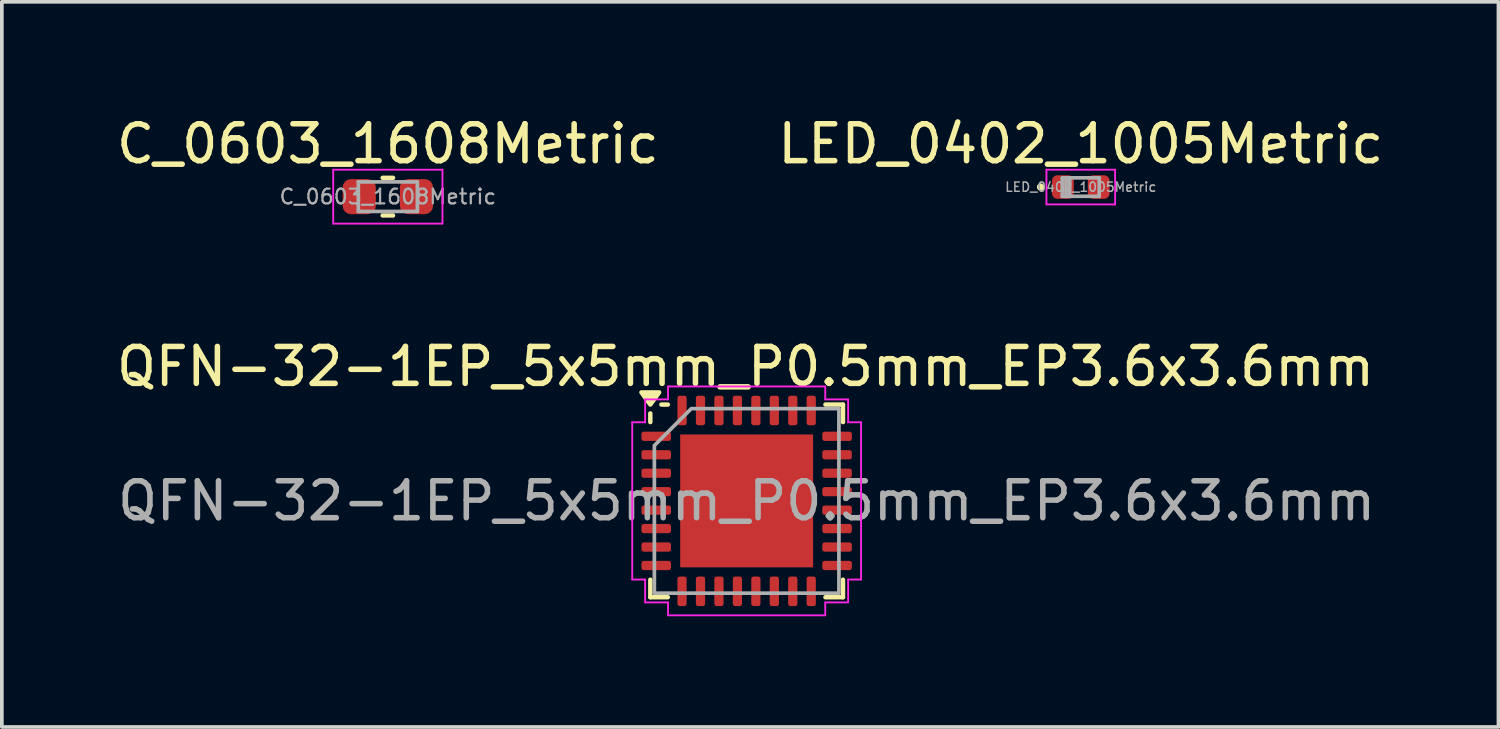
<source format=kicad_pcb>
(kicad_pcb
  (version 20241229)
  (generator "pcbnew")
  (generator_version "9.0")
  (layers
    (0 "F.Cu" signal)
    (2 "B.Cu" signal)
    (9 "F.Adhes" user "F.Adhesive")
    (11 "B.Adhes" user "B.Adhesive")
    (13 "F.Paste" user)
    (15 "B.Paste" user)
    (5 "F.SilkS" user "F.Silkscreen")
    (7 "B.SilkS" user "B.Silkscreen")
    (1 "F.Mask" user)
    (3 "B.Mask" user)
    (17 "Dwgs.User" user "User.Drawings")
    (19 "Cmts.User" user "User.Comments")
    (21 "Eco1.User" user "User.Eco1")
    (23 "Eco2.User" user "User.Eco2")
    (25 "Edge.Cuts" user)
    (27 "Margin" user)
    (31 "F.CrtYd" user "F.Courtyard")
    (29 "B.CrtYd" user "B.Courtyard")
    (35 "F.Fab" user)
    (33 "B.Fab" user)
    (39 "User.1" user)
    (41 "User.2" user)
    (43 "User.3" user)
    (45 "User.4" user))
  (footprint "QFN-32-1EP_5x5mm_P0.5mm_EP3.6x3.6mm"
    (layer "F.Cu")
    (at 17.179 10.521)
    (property "Reference" "QFN-32-1EP_5x5mm_P0.5mm_EP3.6x3.6mm" (at -0.03 -3.64 180) (layer "F.SilkS") (effects (font (size 1 1) (thickness 0.15))))
    (attr smd)
    (fp_line (start -2.61 -2.135) (end -2.61 -2.37) (stroke (width 0.12) (type solid)) (layer "F.SilkS"))
    (fp_line (start -2.61 2.61) (end -2.61 2.135) (stroke (width 0.12) (type solid)) (layer "F.SilkS"))
    (fp_line (start -2.135 -2.61) (end -2.31 -2.61) (stroke (width 0.12) (type solid)) (layer "F.SilkS"))
    (fp_line (start -2.135 2.61) (end -2.61 2.61) (stroke (width 0.12) (type solid)) (layer "F.SilkS"))
    (fp_line (start 2.135 -2.61) (end 2.61 -2.61) (stroke (width 0.12) (type solid)) (layer "F.SilkS"))
    (fp_line (start 2.135 2.61) (end 2.61 2.61) (stroke (width 0.12) (type solid)) (layer "F.SilkS"))
    (fp_line (start 2.61 -2.61) (end 2.61 -2.135) (stroke (width 0.12) (type solid)) (layer "F.SilkS"))
    (fp_line (start 2.61 2.61) (end 2.61 2.135) (stroke (width 0.12) (type solid)) (layer "F.SilkS"))
    (fp_poly (pts (xy -2.61 -2.61) (xy -2.85 -2.94) (xy -2.37 -2.94)) (stroke (width 0.12) (type solid)) (fill yes) (layer "F.SilkS"))
    (fp_line (start -3.1 -2.13) (end -2.75 -2.13) (stroke (width 0.05) (type solid)) (layer "F.CrtYd"))
    (fp_line (start -3.1 2.13) (end -3.1 -2.13) (stroke (width 0.05) (type solid)) (layer "F.CrtYd"))
    (fp_line (start -2.75 -2.75) (end -2.13 -2.75) (stroke (width 0.05) (type solid)) (layer "F.CrtYd"))
    (fp_line (start -2.75 -2.13) (end -2.75 -2.75) (stroke (width 0.05) (type solid)) (layer "F.CrtYd"))
    (fp_line (start -2.75 2.13) (end -3.1 2.13) (stroke (width 0.05) (type solid)) (layer "F.CrtYd"))
    (fp_line (start -2.75 2.75) (end -2.75 2.13) (stroke (width 0.05) (type solid)) (layer "F.CrtYd"))
    (fp_line (start -2.13 -3.1) (end 2.13 -3.1) (stroke (width 0.05) (type solid)) (layer "F.CrtYd"))
    (fp_line (start -2.13 -2.75) (end -2.13 -3.1) (stroke (width 0.05) (type solid)) (layer "F.CrtYd"))
    (fp_line (start -2.13 2.75) (end -2.75 2.75) (stroke (width 0.05) (type solid)) (layer "F.CrtYd"))
    (fp_line (start -2.13 3.1) (end -2.13 2.75) (stroke (width 0.05) (type solid)) (layer "F.CrtYd"))
    (fp_line (start 2.13 -3.1) (end 2.13 -2.75) (stroke (width 0.05) (type solid)) (layer "F.CrtYd"))
    (fp_line (start 2.13 -2.75) (end 2.75 -2.75) (stroke (width 0.05) (type solid)) (layer "F.CrtYd"))
    (fp_line (start 2.13 2.75) (end 2.13 3.1) (stroke (width 0.05) (type solid)) (layer "F.CrtYd"))
    (fp_line (start 2.13 3.1) (end -2.13 3.1) (stroke (width 0.05) (type solid)) (layer "F.CrtYd"))
    (fp_line (start 2.75 -2.75) (end 2.75 -2.13) (stroke (width 0.05) (type solid)) (layer "F.CrtYd"))
    (fp_line (start 2.75 -2.13) (end 3.1 -2.13) (stroke (width 0.05) (type solid)) (layer "F.CrtYd"))
    (fp_line (start 2.75 2.13) (end 2.75 2.75) (stroke (width 0.05) (type solid)) (layer "F.CrtYd"))
    (fp_line (start 2.75 2.75) (end 2.13 2.75) (stroke (width 0.05) (type solid)) (layer "F.CrtYd"))
    (fp_line (start 3.1 -2.13) (end 3.1 2.13) (stroke (width 0.05) (type solid)) (layer "F.CrtYd"))
    (fp_line (start 3.1 2.13) (end 2.75 2.13) (stroke (width 0.05) (type solid)) (layer "F.CrtYd"))
    (fp_poly (pts (xy -2.5 -1.5) (xy -2.5 2.5) (xy 2.5 2.5) (xy 2.5 -2.5) (xy -1.5 -2.5)) (stroke (width 0.1) (type solid)) (fill no) (layer "F.Fab"))
    (fp_text user "${REFERENCE}" (at 0 0 180) (layer "F.Fab") (effects (font (size 1 1) (thickness 0.15))))
    (pad "" smd roundrect (at -1.2 -1.2) (size 0.97 0.97) (layers "F.Paste") (roundrect_rratio 0.25))
    (pad "" smd roundrect (at -1.2 0) (size 0.97 0.97) (layers "F.Paste") (roundrect_rratio 0.25))
    (pad "" smd roundrect (at -1.2 1.2) (size 0.97 0.97) (layers "F.Paste") (roundrect_rratio 0.25))
    (pad "" smd roundrect (at 0 -1.2) (size 0.97 0.97) (layers "F.Paste") (roundrect_rratio 0.25))
    (pad "" smd roundrect (at 0 0) (size 0.97 0.97) (layers "F.Paste") (roundrect_rratio 0.25))
    (pad "" smd roundrect (at 0 1.2) (size 0.97 0.97) (layers "F.Paste") (roundrect_rratio 0.25))
    (pad "" smd roundrect (at 1.2 -1.2) (size 0.97 0.97) (layers "F.Paste") (roundrect_rratio 0.25))
    (pad "" smd roundrect (at 1.2 0) (size 0.97 0.97) (layers "F.Paste") (roundrect_rratio 0.25))
    (pad "" smd roundrect (at 1.2 1.2) (size 0.97 0.97) (layers "F.Paste") (roundrect_rratio 0.25))
    (pad "1" smd roundrect (at -2.45 -1.75) (size 0.8 0.25) (layers "F.Cu" "F.Mask" "F.Paste") (roundrect_rratio 0.25))
    (pad "2" smd roundrect (at -2.45 -1.25) (size 0.8 0.25) (layers "F.Cu" "F.Mask" "F.Paste") (roundrect_rratio 0.25))
    (pad "3" smd roundrect (at -2.45 -0.75) (size 0.8 0.25) (layers "F.Cu" "F.Mask" "F.Paste") (roundrect_rratio 0.25))
    (pad "4" smd roundrect (at -2.45 -0.25) (size 0.8 0.25) (layers "F.Cu" "F.Mask" "F.Paste") (roundrect_rratio 0.25))
    (pad "5" smd roundrect (at -2.45 0.25) (size 0.8 0.25) (layers "F.Cu" "F.Mask" "F.Paste") (roundrect_rratio 0.25))
    (pad "6" smd roundrect (at -2.45 0.75) (size 0.8 0.25) (layers "F.Cu" "F.Mask" "F.Paste") (roundrect_rratio 0.25))
    (pad "7" smd roundrect (at -2.45 1.25) (size 0.8 0.25) (layers "F.Cu" "F.Mask" "F.Paste") (roundrect_rratio 0.25))
    (pad "8" smd roundrect (at -2.45 1.75) (size 0.8 0.25) (layers "F.Cu" "F.Mask" "F.Paste") (roundrect_rratio 0.25))
    (pad "9" smd roundrect (at -1.75 2.45) (size 0.25 0.8) (layers "F.Cu" "F.Mask" "F.Paste") (roundrect_rratio 0.25))
    (pad "10" smd roundrect (at -1.25 2.45) (size 0.25 0.8) (layers "F.Cu" "F.Mask" "F.Paste") (roundrect_rratio 0.25))
    (pad "11" smd roundrect (at -0.75 2.45) (size 0.25 0.8) (layers "F.Cu" "F.Mask" "F.Paste") (roundrect_rratio 0.25))
    (pad "12" smd roundrect (at -0.25 2.45) (size 0.25 0.8) (layers "F.Cu" "F.Mask" "F.Paste") (roundrect_rratio 0.25))
    (pad "13" smd roundrect (at 0.25 2.45) (size 0.25 0.8) (layers "F.Cu" "F.Mask" "F.Paste") (roundrect_rratio 0.25))
    (pad "14" smd roundrect (at 0.75 2.45) (size 0.25 0.8) (layers "F.Cu" "F.Mask" "F.Paste") (roundrect_rratio 0.25))
    (pad "15" smd roundrect (at 1.25 2.45) (size 0.25 0.8) (layers "F.Cu" "F.Mask" "F.Paste") (roundrect_rratio 0.25))
    (pad "16" smd roundrect (at 1.75 2.45) (size 0.25 0.8) (layers "F.Cu" "F.Mask" "F.Paste") (roundrect_rratio 0.25))
    (pad "17" smd roundrect (at 2.45 1.75) (size 0.8 0.25) (layers "F.Cu" "F.Mask" "F.Paste") (roundrect_rratio 0.25))
    (pad "18" smd roundrect (at 2.45 1.25) (size 0.8 0.25) (layers "F.Cu" "F.Mask" "F.Paste") (roundrect_rratio 0.25))
    (pad "19" smd roundrect (at 2.45 0.75) (size 0.8 0.25) (layers "F.Cu" "F.Mask" "F.Paste") (roundrect_rratio 0.25))
    (pad "20" smd roundrect (at 2.45 0.25) (size 0.8 0.25) (layers "F.Cu" "F.Mask" "F.Paste") (roundrect_rratio 0.25))
    (pad "21" smd roundrect (at 2.45 -0.25) (size 0.8 0.25) (layers "F.Cu" "F.Mask" "F.Paste") (roundrect_rratio 0.25))
    (pad "22" smd roundrect (at 2.45 -0.75) (size 0.8 0.25) (layers "F.Cu" "F.Mask" "F.Paste") (roundrect_rratio 0.25))
    (pad "23" smd roundrect (at 2.45 -1.25) (size 0.8 0.25) (layers "F.Cu" "F.Mask" "F.Paste") (roundrect_rratio 0.25))
    (pad "24" smd roundrect (at 2.45 -1.75) (size 0.8 0.25) (layers "F.Cu" "F.Mask" "F.Paste") (roundrect_rratio 0.25))
    (pad "25" smd roundrect (at 1.75 -2.45) (size 0.25 0.8) (layers "F.Cu" "F.Mask" "F.Paste") (roundrect_rratio 0.25))
    (pad "26" smd roundrect (at 1.25 -2.45) (size 0.25 0.8) (layers "F.Cu" "F.Mask" "F.Paste") (roundrect_rratio 0.25))
    (pad "27" smd roundrect (at 0.75 -2.45) (size 0.25 0.8) (layers "F.Cu" "F.Mask" "F.Paste") (roundrect_rratio 0.25))
    (pad "28" smd roundrect (at 0.25 -2.45) (size 0.25 0.8) (layers "F.Cu" "F.Mask" "F.Paste") (roundrect_rratio 0.25))
    (pad "29" smd roundrect (at -0.25 -2.45) (size 0.25 0.8) (layers "F.Cu" "F.Mask" "F.Paste") (roundrect_rratio 0.25))
    (pad "30" smd roundrect (at -0.75 -2.45) (size 0.25 0.8) (layers "F.Cu" "F.Mask" "F.Paste") (roundrect_rratio 0.25))
    (pad "31" smd roundrect (at -1.25 -2.45) (size 0.25 0.8) (layers "F.Cu" "F.Mask" "F.Paste") (roundrect_rratio 0.25))
    (pad "32" smd roundrect (at -1.75 -2.45) (size 0.25 0.8) (layers "F.Cu" "F.Mask" "F.Paste") (roundrect_rratio 0.25))
    (pad "33" smd rect (at 0 0) (size 3.6 3.6) (property pad_prop_heatsink) (layers "F.Cu" "F.Mask")))
  (footprint "C_0603_1608Metric"
    (layer "F.Cu")
    (at 7.458 2.278)
    (property "Reference" "C_0603_1608Metric" (at 0 -1.43 0) (layer "F.SilkS") (effects (font (size 1 1) (thickness 0.15))))
    (attr smd)
    (fp_line (start -0.141 -0.51) (end 0.141 -0.51) (stroke (width 0.12) (type solid)) (layer "F.SilkS"))
    (fp_line (start -0.141 0.51) (end 0.141 0.51) (stroke (width 0.12) (type solid)) (layer "F.SilkS"))
    (fp_line (start -1.48 -0.73) (end 1.48 -0.73) (stroke (width 0.05) (type solid)) (layer "F.CrtYd"))
    (fp_line (start -1.48 0.73) (end -1.48 -0.73) (stroke (width 0.05) (type solid)) (layer "F.CrtYd"))
    (fp_line (start 1.48 -0.73) (end 1.48 0.73) (stroke (width 0.05) (type solid)) (layer "F.CrtYd"))
    (fp_line (start 1.48 0.73) (end -1.48 0.73) (stroke (width 0.05) (type solid)) (layer "F.CrtYd"))
    (fp_line (start -0.8 -0.4) (end 0.8 -0.4) (stroke (width 0.1) (type solid)) (layer "F.Fab"))
    (fp_line (start -0.8 0.4) (end -0.8 -0.4) (stroke (width 0.1) (type solid)) (layer "F.Fab"))
    (fp_line (start 0.8 -0.4) (end 0.8 0.4) (stroke (width 0.1) (type solid)) (layer "F.Fab"))
    (fp_line (start 0.8 0.4) (end -0.8 0.4) (stroke (width 0.1) (type solid)) (layer "F.Fab"))
    (fp_text user "${REFERENCE}" (at 0 0 0) (layer "F.Fab") (effects (font (size 0.4 0.4) (thickness 0.06))))
    (pad "1" smd roundrect (at -0.775 0) (size 0.9 0.95) (layers "F.Cu" "F.Mask" "F.Paste") (roundrect_rratio 0.25))
    (pad "2" smd roundrect (at 0.775 0) (size 0.9 0.95) (layers "F.Cu" "F.Mask" "F.Paste") (roundrect_rratio 0.25)))
  (footprint "LED_0402_1005Metric"
    (layer "F.Cu")
    (at 26.232 2.018)
    (property "Reference" "LED_0402_1005Metric" (at 0 -1.17 180) (layer "F.SilkS") (effects (font (size 1 1) (thickness 0.15))))
    (attr smd)
    (fp_circle (center -1.09 0) (end -1.04 0) (stroke (width 0.1) (type solid)) (fill no) (layer "F.SilkS"))
    (fp_line (start -0.93 -0.47) (end 0.93 -0.47) (stroke (width 0.05) (type solid)) (layer "F.CrtYd"))
    (fp_line (start -0.93 0.47) (end -0.93 -0.47) (stroke (width 0.05) (type solid)) (layer "F.CrtYd"))
    (fp_line (start 0.93 -0.47) (end 0.93 0.47) (stroke (width 0.05) (type solid)) (layer "F.CrtYd"))
    (fp_line (start 0.93 0.47) (end -0.93 0.47) (stroke (width 0.05) (type solid)) (layer "F.CrtYd"))
    (fp_line (start -0.5 -0.25) (end 0.5 -0.25) (stroke (width 0.1) (type solid)) (layer "F.Fab"))
    (fp_line (start -0.5 0.25) (end -0.5 -0.25) (stroke (width 0.1) (type solid)) (layer "F.Fab"))
    (fp_line (start -0.4 0.25) (end -0.4 -0.25) (stroke (width 0.1) (type solid)) (layer "F.Fab"))
    (fp_line (start -0.3 0.25) (end -0.3 -0.25) (stroke (width 0.1) (type solid)) (layer "F.Fab"))
    (fp_line (start 0.5 -0.25) (end 0.5 0.25) (stroke (width 0.1) (type solid)) (layer "F.Fab"))
    (fp_line (start 0.5 0.25) (end -0.5 0.25) (stroke (width 0.1) (type solid)) (layer "F.Fab"))
    (fp_text user "${REFERENCE}" (at 0 0 180) (layer "F.Fab") (effects (font (size 0.25 0.25) (thickness 0.04))))
    (pad "1" smd roundrect (at -0.485 0) (size 0.59 0.64) (layers "F.Cu" "F.Mask" "F.Paste") (roundrect_rratio 0.25))
    (pad "2" smd roundrect (at 0.485 0) (size 0.59 0.64) (layers "F.Cu" "F.Mask" "F.Paste") (roundrect_rratio 0.25)))
  (gr_rect
    (start -3 -3)
    (end 37.548 16.646)
    (stroke (width 0.1) (type default))
    (fill no)
    (layer "Edge.Cuts")))
</source>
